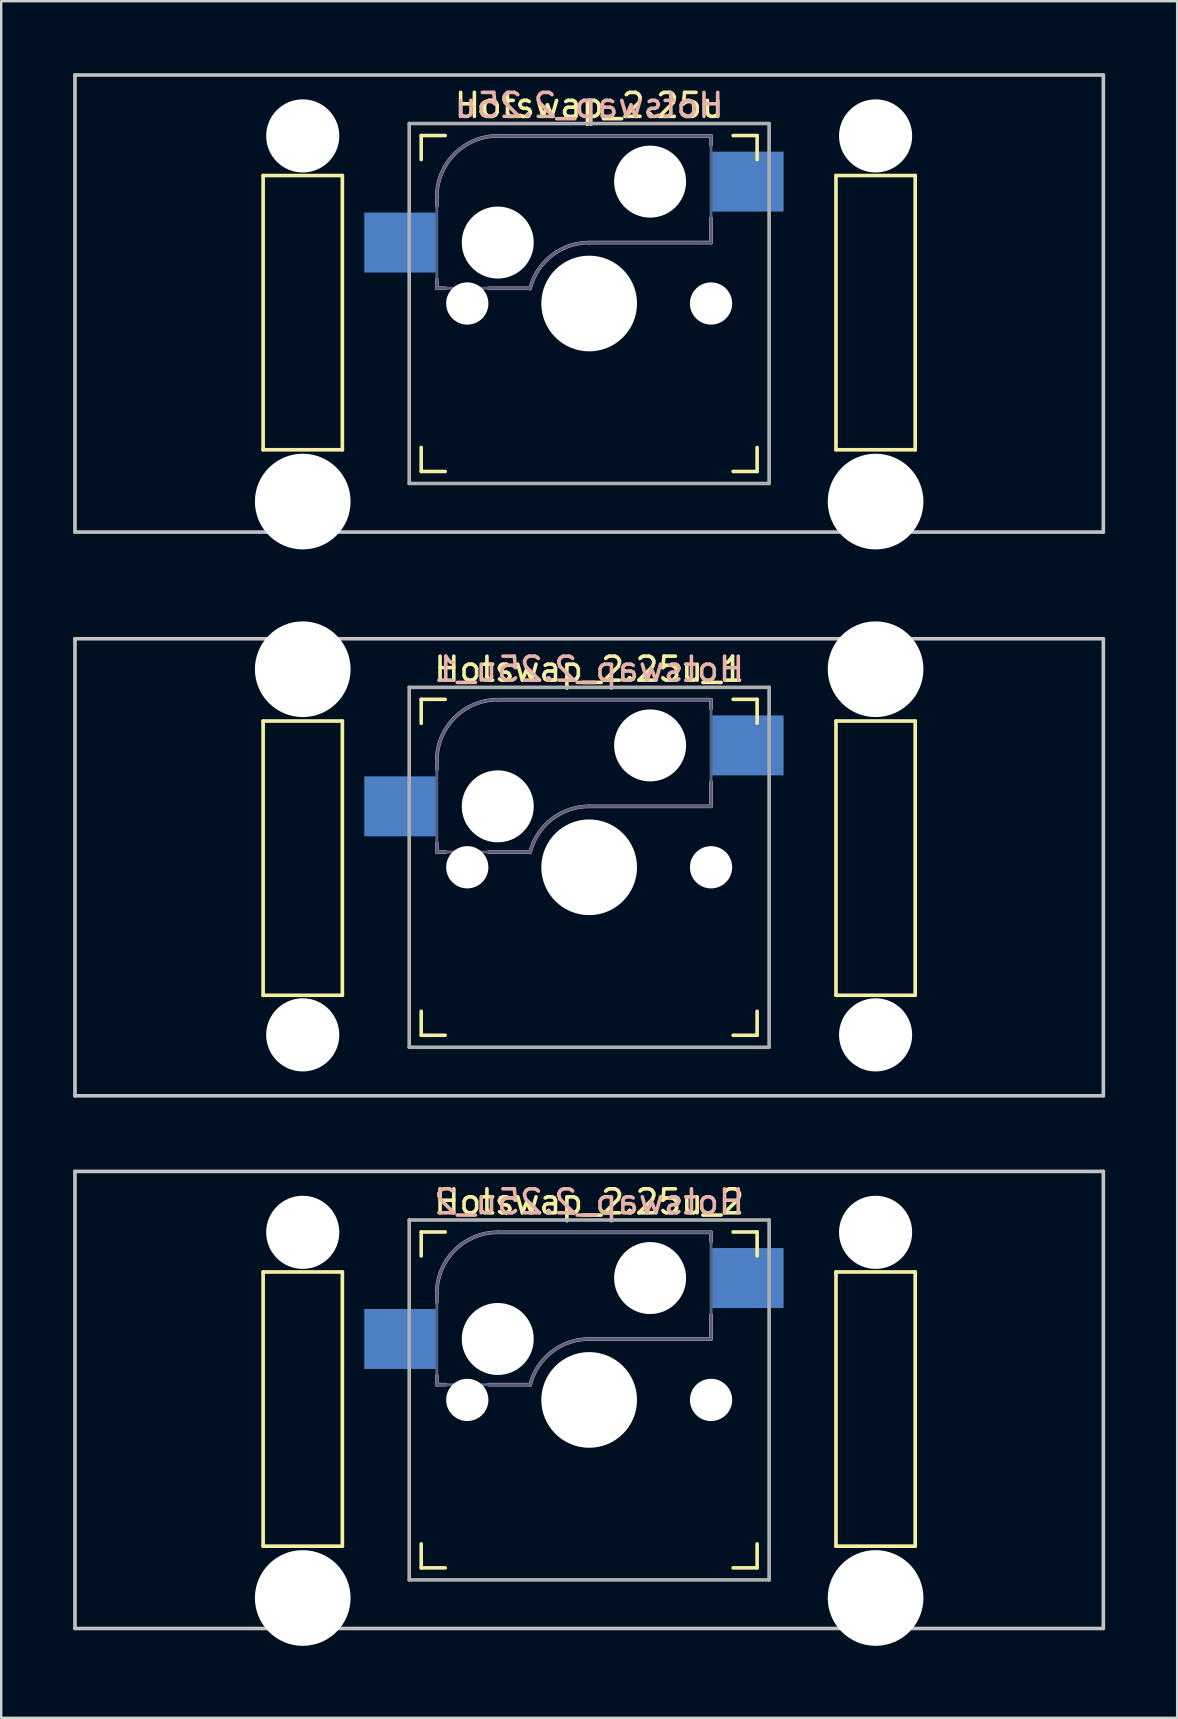
<source format=kicad_pcb>
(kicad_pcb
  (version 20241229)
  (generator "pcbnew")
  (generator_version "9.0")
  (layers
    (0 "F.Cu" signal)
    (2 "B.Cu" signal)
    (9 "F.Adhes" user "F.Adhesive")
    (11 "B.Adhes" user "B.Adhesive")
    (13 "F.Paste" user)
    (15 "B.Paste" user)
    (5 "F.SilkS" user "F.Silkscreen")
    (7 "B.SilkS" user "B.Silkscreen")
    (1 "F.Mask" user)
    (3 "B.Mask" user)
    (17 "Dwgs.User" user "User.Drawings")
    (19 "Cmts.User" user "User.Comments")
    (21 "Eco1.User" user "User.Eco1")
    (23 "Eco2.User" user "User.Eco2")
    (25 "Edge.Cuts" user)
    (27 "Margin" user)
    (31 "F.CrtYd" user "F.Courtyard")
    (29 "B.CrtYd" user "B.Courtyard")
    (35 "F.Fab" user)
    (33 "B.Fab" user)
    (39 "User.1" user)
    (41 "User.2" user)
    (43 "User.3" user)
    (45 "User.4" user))
  (footprint "Hotswap_2.25u_2"
    (layer "F.Cu")
    (at 21.506 55.298)
    (property "Reference" "Hotswap_2.25u_2" (at 0 -8.255 0) (layer "F.SilkS") (effects (font (size 1 1) (thickness 0.15))))
    (attr through_hole)
    (fp_line (start -13.589 -5.334) (end -13.589 6.096) (stroke (width 0.152) (type solid)) (layer "F.SilkS"))
    (fp_line (start -13.589 6.096) (end -10.287 6.096) (stroke (width 0.152) (type solid)) (layer "F.SilkS"))
    (fp_line (start -10.287 -5.334) (end -13.589 -5.334) (stroke (width 0.152) (type solid)) (layer "F.SilkS"))
    (fp_line (start -10.287 6.096) (end -10.287 -5.334) (stroke (width 0.152) (type solid)) (layer "F.SilkS"))
    (fp_line (start -7 -6) (end -7 -7) (stroke (width 0.15) (type solid)) (layer "F.SilkS"))
    (fp_line (start -7 7) (end -7 6) (stroke (width 0.15) (type solid)) (layer "F.SilkS"))
    (fp_line (start -7 7) (end -6 7) (stroke (width 0.15) (type solid)) (layer "F.SilkS"))
    (fp_line (start -6 -7) (end -7 -7) (stroke (width 0.15) (type solid)) (layer "F.SilkS"))
    (fp_line (start 6 7) (end 7 7) (stroke (width 0.15) (type solid)) (layer "F.SilkS"))
    (fp_line (start 7 -7) (end 6 -7) (stroke (width 0.15) (type solid)) (layer "F.SilkS"))
    (fp_line (start 7 -7) (end 7 -6) (stroke (width 0.15) (type solid)) (layer "F.SilkS"))
    (fp_line (start 7 6) (end 7 7) (stroke (width 0.15) (type solid)) (layer "F.SilkS"))
    (fp_line (start 10.287 -5.334) (end 10.287 6.096) (stroke (width 0.152) (type solid)) (layer "F.SilkS"))
    (fp_line (start 10.287 6.096) (end 13.589 6.096) (stroke (width 0.152) (type solid)) (layer "F.SilkS"))
    (fp_line (start 13.589 -5.334) (end 10.287 -5.334) (stroke (width 0.152) (type solid)) (layer "F.SilkS"))
    (fp_line (start 13.589 6.096) (end 13.589 -5.334) (stroke (width 0.152) (type solid)) (layer "F.SilkS"))
    (fp_line (start -6.35 -4.445) (end -6.35 -4.064) (stroke (width 0.15) (type solid)) (layer "B.SilkS"))
    (fp_line (start -6.35 -1.016) (end -6.35 -0.635) (stroke (width 0.15) (type solid)) (layer "B.SilkS"))
    (fp_line (start -6.35 -0.635) (end -5.969 -0.635) (stroke (width 0.15) (type solid)) (layer "B.SilkS"))
    (fp_line (start -4.191 -0.635) (end -2.54 -0.635) (stroke (width 0.15) (type solid)) (layer "B.SilkS"))
    (fp_line (start 0 -2.54) (end 5.08 -2.54) (stroke (width 0.15) (type solid)) (layer "B.SilkS"))
    (fp_line (start 5.08 -6.985) (end -3.81 -6.985) (stroke (width 0.15) (type solid)) (layer "B.SilkS"))
    (fp_line (start 5.08 -6.604) (end 5.08 -6.985) (stroke (width 0.15) (type solid)) (layer "B.SilkS"))
    (fp_line (start 5.08 -2.54) (end 5.08 -3.556) (stroke (width 0.15) (type solid)) (layer "B.SilkS"))
    (fp_arc (start -6.35 -4.445) (mid -5.606051 -6.241051) (end -3.81 -6.985) (stroke (width 0.15) (type solid)) (layer "B.SilkS"))
    (fp_arc (start -2.464162 -0.61604) (mid -1.563147 -2.002042) (end 0 -2.54) (stroke (width 0.15) (type solid)) (layer "B.SilkS"))
    (fp_line (start -21.431 -9.525) (end 21.431 -9.525) (stroke (width 0.15) (type solid)) (layer "Dwgs.User"))
    (fp_line (start -21.431 9.525) (end -21.431 -9.525) (stroke (width 0.15) (type solid)) (layer "Dwgs.User"))
    (fp_line (start -21.431 9.525) (end 21.431 9.525) (stroke (width 0.15) (type solid)) (layer "Dwgs.User"))
    (fp_line (start 21.431 -9.525) (end 21.431 9.525) (stroke (width 0.15) (type solid)) (layer "Dwgs.User"))
    (fp_line (start -6.9 6.9) (end -6.9 -6.9) (stroke (width 0.15) (type solid)) (layer "Eco2.User"))
    (fp_line (start -6.9 6.9) (end 6.9 6.9) (stroke (width 0.15) (type solid)) (layer "Eco2.User"))
    (fp_line (start 6.9 -6.9) (end -6.9 -6.9) (stroke (width 0.15) (type solid)) (layer "Eco2.User"))
    (fp_line (start 6.9 -6.9) (end 6.9 6.9) (stroke (width 0.15) (type solid)) (layer "Eco2.User"))
    (fp_line (start -6.35 -4.445) (end -6.35 -0.635) (stroke (width 0.12) (type solid)) (layer "B.Fab"))
    (fp_line (start -6.35 -0.635) (end -2.54 -0.635) (stroke (width 0.12) (type solid)) (layer "B.Fab"))
    (fp_line (start 0 -2.54) (end 5.08 -2.54) (stroke (width 0.12) (type solid)) (layer "B.Fab"))
    (fp_line (start 5.08 -6.985) (end -3.81 -6.985) (stroke (width 0.12) (type solid)) (layer "B.Fab"))
    (fp_line (start 5.08 -2.54) (end 5.08 -6.985) (stroke (width 0.12) (type solid)) (layer "B.Fab"))
    (fp_arc (start -6.35 -4.445) (mid -5.606051 -6.241051) (end -3.81 -6.985) (stroke (width 0.12) (type solid)) (layer "B.Fab"))
    (fp_arc (start -2.464162 -0.61604) (mid -1.563147 -2.002042) (end 0 -2.54) (stroke (width 0.12) (type solid)) (layer "B.Fab"))
    (fp_line (start -7.5 -7.5) (end 7.5 -7.5) (stroke (width 0.15) (type solid)) (layer "F.Fab"))
    (fp_line (start -7.5 7.5) (end -7.5 -7.5) (stroke (width 0.15) (type solid)) (layer "F.Fab"))
    (fp_line (start 7.5 -7.5) (end 7.5 7.5) (stroke (width 0.15) (type solid)) (layer "F.Fab"))
    (fp_line (start 7.5 7.5) (end -7.5 7.5) (stroke (width 0.15) (type solid)) (layer "F.Fab"))
    (fp_text user "${REFERENCE}" (at 0 -8.255 0) (layer "B.SilkS") (effects (font (size 1 1) (thickness 0.15)) (justify mirror)))
    (pad "" np_thru_hole circle (at -11.938 -6.985) (size 3.048 3.048) (drill 3.048) (layers "*.Cu" "*.Mask"))
    (pad "" np_thru_hole circle (at -11.938 8.255) (size 3.988 3.988) (drill 3.988) (layers "*.Cu" "*.Mask"))
    (pad "" np_thru_hole circle (at -5.08 0 180) (size 1.76 1.76) (drill 1.76) (layers "*.Cu" "*.Mask"))
    (pad "" np_thru_hole circle (at -3.81 -2.54 180) (size 3 3) (drill 3) (layers "*.Cu" "*.Mask"))
    (pad "" np_thru_hole circle (at 0 0 180) (size 3.988 3.988) (drill 3.988) (layers "*.Cu" "*.Mask"))
    (pad "" np_thru_hole circle (at 2.54 -5.08 180) (size 3 3) (drill 3) (layers "*.Cu" "*.Mask"))
    (pad "" np_thru_hole circle (at 5.08 0 180) (size 1.76 1.76) (drill 1.76) (layers "*.Cu" "*.Mask"))
    (pad "" np_thru_hole circle (at 11.938 -6.985) (size 3.048 3.048) (drill 3.048) (layers "*.Cu" "*.Mask"))
    (pad "" np_thru_hole circle (at 11.938 8.255) (size 3.988 3.988) (drill 3.988) (layers "*.Cu" "*.Mask"))
    (pad "1" smd rect (at -7.874 -2.54 180) (size 3 2.5) (layers "B.Cu" "B.Mask" "B.Paste"))
    (pad "2" smd rect (at 6.604 -5.08 180) (size 3 2.5) (layers "B.Cu" "B.Mask" "B.Paste")))
  (footprint "Hotswap_2.25u"
    (layer "F.Cu")
    (at 21.506 9.6)
    (property "Reference" "Hotswap_2.25u" (at 0 -8.255 0) (layer "F.SilkS") (effects (font (size 1 1) (thickness 0.15))))
    (attr through_hole)
    (fp_line (start -13.589 -5.334) (end -13.589 6.096) (stroke (width 0.152) (type solid)) (layer "F.SilkS"))
    (fp_line (start -13.589 6.096) (end -10.287 6.096) (stroke (width 0.152) (type solid)) (layer "F.SilkS"))
    (fp_line (start -10.287 -5.334) (end -13.589 -5.334) (stroke (width 0.152) (type solid)) (layer "F.SilkS"))
    (fp_line (start -10.287 6.096) (end -10.287 -5.334) (stroke (width 0.152) (type solid)) (layer "F.SilkS"))
    (fp_line (start -7 -6) (end -7 -7) (stroke (width 0.15) (type solid)) (layer "F.SilkS"))
    (fp_line (start -7 7) (end -7 6) (stroke (width 0.15) (type solid)) (layer "F.SilkS"))
    (fp_line (start -7 7) (end -6 7) (stroke (width 0.15) (type solid)) (layer "F.SilkS"))
    (fp_line (start -6 -7) (end -7 -7) (stroke (width 0.15) (type solid)) (layer "F.SilkS"))
    (fp_line (start 6 7) (end 7 7) (stroke (width 0.15) (type solid)) (layer "F.SilkS"))
    (fp_line (start 7 -7) (end 6 -7) (stroke (width 0.15) (type solid)) (layer "F.SilkS"))
    (fp_line (start 7 -7) (end 7 -6) (stroke (width 0.15) (type solid)) (layer "F.SilkS"))
    (fp_line (start 7 6) (end 7 7) (stroke (width 0.15) (type solid)) (layer "F.SilkS"))
    (fp_line (start 10.287 -5.334) (end 10.287 6.096) (stroke (width 0.152) (type solid)) (layer "F.SilkS"))
    (fp_line (start 10.287 6.096) (end 13.589 6.096) (stroke (width 0.152) (type solid)) (layer "F.SilkS"))
    (fp_line (start 13.589 -5.334) (end 10.287 -5.334) (stroke (width 0.152) (type solid)) (layer "F.SilkS"))
    (fp_line (start 13.589 6.096) (end 13.589 -5.334) (stroke (width 0.152) (type solid)) (layer "F.SilkS"))
    (fp_line (start -6.35 -4.445) (end -6.35 -4.064) (stroke (width 0.15) (type solid)) (layer "B.SilkS"))
    (fp_line (start -6.35 -1.016) (end -6.35 -0.635) (stroke (width 0.15) (type solid)) (layer "B.SilkS"))
    (fp_line (start -6.35 -0.635) (end -5.969 -0.635) (stroke (width 0.15) (type solid)) (layer "B.SilkS"))
    (fp_line (start -4.191 -0.635) (end -2.54 -0.635) (stroke (width 0.15) (type solid)) (layer "B.SilkS"))
    (fp_line (start 0 -2.54) (end 5.08 -2.54) (stroke (width 0.15) (type solid)) (layer "B.SilkS"))
    (fp_line (start 5.08 -6.985) (end -3.81 -6.985) (stroke (width 0.15) (type solid)) (layer "B.SilkS"))
    (fp_line (start 5.08 -6.604) (end 5.08 -6.985) (stroke (width 0.15) (type solid)) (layer "B.SilkS"))
    (fp_line (start 5.08 -2.54) (end 5.08 -3.556) (stroke (width 0.15) (type solid)) (layer "B.SilkS"))
    (fp_arc (start -6.35 -4.445) (mid -5.606051 -6.241051) (end -3.81 -6.985) (stroke (width 0.15) (type solid)) (layer "B.SilkS"))
    (fp_arc (start -2.464162 -0.61604) (mid -1.563147 -2.002042) (end 0 -2.54) (stroke (width 0.15) (type solid)) (layer "B.SilkS"))
    (fp_line (start -21.431 -9.525) (end 21.431 -9.525) (stroke (width 0.15) (type solid)) (layer "Dwgs.User"))
    (fp_line (start -21.431 9.525) (end -21.431 -9.525) (stroke (width 0.15) (type solid)) (layer "Dwgs.User"))
    (fp_line (start -21.431 9.525) (end 21.431 9.525) (stroke (width 0.15) (type solid)) (layer "Dwgs.User"))
    (fp_line (start 21.431 -9.525) (end 21.431 9.525) (stroke (width 0.15) (type solid)) (layer "Dwgs.User"))
    (fp_line (start -6.9 6.9) (end -6.9 -6.9) (stroke (width 0.15) (type solid)) (layer "Eco2.User"))
    (fp_line (start -6.9 6.9) (end 6.9 6.9) (stroke (width 0.15) (type solid)) (layer "Eco2.User"))
    (fp_line (start 6.9 -6.9) (end -6.9 -6.9) (stroke (width 0.15) (type solid)) (layer "Eco2.User"))
    (fp_line (start 6.9 -6.9) (end 6.9 6.9) (stroke (width 0.15) (type solid)) (layer "Eco2.User"))
    (fp_line (start -6.35 -4.445) (end -6.35 -0.635) (stroke (width 0.12) (type solid)) (layer "B.Fab"))
    (fp_line (start -6.35 -0.635) (end -2.54 -0.635) (stroke (width 0.12) (type solid)) (layer "B.Fab"))
    (fp_line (start 0 -2.54) (end 5.08 -2.54) (stroke (width 0.12) (type solid)) (layer "B.Fab"))
    (fp_line (start 5.08 -6.985) (end -3.81 -6.985) (stroke (width 0.12) (type solid)) (layer "B.Fab"))
    (fp_line (start 5.08 -2.54) (end 5.08 -6.985) (stroke (width 0.12) (type solid)) (layer "B.Fab"))
    (fp_arc (start -6.35 -4.445) (mid -5.606051 -6.241051) (end -3.81 -6.985) (stroke (width 0.12) (type solid)) (layer "B.Fab"))
    (fp_arc (start -2.464162 -0.61604) (mid -1.563147 -2.002042) (end 0 -2.54) (stroke (width 0.12) (type solid)) (layer "B.Fab"))
    (fp_line (start -7.5 -7.5) (end 7.5 -7.5) (stroke (width 0.15) (type solid)) (layer "F.Fab"))
    (fp_line (start -7.5 7.5) (end -7.5 -7.5) (stroke (width 0.15) (type solid)) (layer "F.Fab"))
    (fp_line (start 7.5 -7.5) (end 7.5 7.5) (stroke (width 0.15) (type solid)) (layer "F.Fab"))
    (fp_line (start 7.5 7.5) (end -7.5 7.5) (stroke (width 0.15) (type solid)) (layer "F.Fab"))
    (fp_text user "${REFERENCE}" (at 0 -8.255 0) (layer "B.SilkS") (effects (font (size 1 1) (thickness 0.15)) (justify mirror)))
    (pad "" np_thru_hole circle (at -11.938 -6.985) (size 3.048 3.048) (drill 3.048) (layers "*.Cu" "*.Mask"))
    (pad "" np_thru_hole circle (at -11.938 8.255) (size 3.988 3.988) (drill 3.988) (layers "*.Cu" "*.Mask"))
    (pad "" np_thru_hole circle (at -5.08 0 180) (size 1.76 1.76) (drill 1.76) (layers "*.Cu" "*.Mask"))
    (pad "" np_thru_hole circle (at -3.81 -2.54 180) (size 3 3) (drill 3) (layers "*.Cu" "*.Mask"))
    (pad "" np_thru_hole circle (at 0 0 180) (size 3.988 3.988) (drill 3.988) (layers "*.Cu" "*.Mask"))
    (pad "" np_thru_hole circle (at 2.54 -5.08 180) (size 3 3) (drill 3) (layers "*.Cu" "*.Mask"))
    (pad "" np_thru_hole circle (at 5.08 0 180) (size 1.76 1.76) (drill 1.76) (layers "*.Cu" "*.Mask"))
    (pad "" np_thru_hole circle (at 11.938 -6.985) (size 3.048 3.048) (drill 3.048) (layers "*.Cu" "*.Mask"))
    (pad "" np_thru_hole circle (at 11.938 8.255) (size 3.988 3.988) (drill 3.988) (layers "*.Cu" "*.Mask"))
    (pad "1" smd rect (at -7.874 -2.54 180) (size 3 2.5) (layers "B.Cu" "B.Mask" "B.Paste"))
    (pad "2" smd rect (at 6.604 -5.08 180) (size 3 2.5) (layers "B.Cu" "B.Mask" "B.Paste")))
  (footprint "Hotswap_2.25u_1"
    (layer "F.Cu")
    (at 21.506 33.098)
    (property "Reference" "Hotswap_2.25u_1" (at 0 -8.255 0) (layer "F.SilkS") (effects (font (size 1 1) (thickness 0.15))))
    (attr through_hole)
    (fp_line (start -13.589 -6.096) (end -13.589 5.334) (stroke (width 0.152) (type solid)) (layer "F.SilkS"))
    (fp_line (start -13.589 5.334) (end -10.287 5.334) (stroke (width 0.152) (type solid)) (layer "F.SilkS"))
    (fp_line (start -10.287 -6.096) (end -13.589 -6.096) (stroke (width 0.152) (type solid)) (layer "F.SilkS"))
    (fp_line (start -10.287 5.334) (end -10.287 -6.096) (stroke (width 0.152) (type solid)) (layer "F.SilkS"))
    (fp_line (start -7 -6) (end -7 -7) (stroke (width 0.15) (type solid)) (layer "F.SilkS"))
    (fp_line (start -7 7) (end -7 6) (stroke (width 0.15) (type solid)) (layer "F.SilkS"))
    (fp_line (start -7 7) (end -6 7) (stroke (width 0.15) (type solid)) (layer "F.SilkS"))
    (fp_line (start -6 -7) (end -7 -7) (stroke (width 0.15) (type solid)) (layer "F.SilkS"))
    (fp_line (start 6 7) (end 7 7) (stroke (width 0.15) (type solid)) (layer "F.SilkS"))
    (fp_line (start 7 -7) (end 6 -7) (stroke (width 0.15) (type solid)) (layer "F.SilkS"))
    (fp_line (start 7 -7) (end 7 -6) (stroke (width 0.15) (type solid)) (layer "F.SilkS"))
    (fp_line (start 7 6) (end 7 7) (stroke (width 0.15) (type solid)) (layer "F.SilkS"))
    (fp_line (start 10.287 -6.096) (end 10.287 5.334) (stroke (width 0.152) (type solid)) (layer "F.SilkS"))
    (fp_line (start 10.287 5.334) (end 13.589 5.334) (stroke (width 0.152) (type solid)) (layer "F.SilkS"))
    (fp_line (start 13.589 -6.096) (end 10.287 -6.096) (stroke (width 0.152) (type solid)) (layer "F.SilkS"))
    (fp_line (start 13.589 5.334) (end 13.589 -6.096) (stroke (width 0.152) (type solid)) (layer "F.SilkS"))
    (fp_line (start -6.35 -4.445) (end -6.35 -4.064) (stroke (width 0.15) (type solid)) (layer "B.SilkS"))
    (fp_line (start -6.35 -1.016) (end -6.35 -0.635) (stroke (width 0.15) (type solid)) (layer "B.SilkS"))
    (fp_line (start -6.35 -0.635) (end -5.969 -0.635) (stroke (width 0.15) (type solid)) (layer "B.SilkS"))
    (fp_line (start -4.191 -0.635) (end -2.54 -0.635) (stroke (width 0.15) (type solid)) (layer "B.SilkS"))
    (fp_line (start 0 -2.54) (end 5.08 -2.54) (stroke (width 0.15) (type solid)) (layer "B.SilkS"))
    (fp_line (start 5.08 -6.985) (end -3.81 -6.985) (stroke (width 0.15) (type solid)) (layer "B.SilkS"))
    (fp_line (start 5.08 -6.604) (end 5.08 -6.985) (stroke (width 0.15) (type solid)) (layer "B.SilkS"))
    (fp_line (start 5.08 -2.54) (end 5.08 -3.556) (stroke (width 0.15) (type solid)) (layer "B.SilkS"))
    (fp_arc (start -6.35 -4.445) (mid -5.606051 -6.241051) (end -3.81 -6.985) (stroke (width 0.15) (type solid)) (layer "B.SilkS"))
    (fp_arc (start -2.464162 -0.61604) (mid -1.563147 -2.002042) (end 0 -2.54) (stroke (width 0.15) (type solid)) (layer "B.SilkS"))
    (fp_line (start -21.431 -9.525) (end 21.431 -9.525) (stroke (width 0.15) (type solid)) (layer "Dwgs.User"))
    (fp_line (start -21.431 9.525) (end -21.431 -9.525) (stroke (width 0.15) (type solid)) (layer "Dwgs.User"))
    (fp_line (start 21.431 -9.525) (end 21.431 9.525) (stroke (width 0.15) (type solid)) (layer "Dwgs.User"))
    (fp_line (start 21.431 9.525) (end -21.431 9.525) (stroke (width 0.15) (type solid)) (layer "Dwgs.User"))
    (fp_line (start -6.9 6.9) (end -6.9 -6.9) (stroke (width 0.15) (type solid)) (layer "Eco2.User"))
    (fp_line (start -6.9 6.9) (end 6.9 6.9) (stroke (width 0.15) (type solid)) (layer "Eco2.User"))
    (fp_line (start 6.9 -6.9) (end -6.9 -6.9) (stroke (width 0.15) (type solid)) (layer "Eco2.User"))
    (fp_line (start 6.9 -6.9) (end 6.9 6.9) (stroke (width 0.15) (type solid)) (layer "Eco2.User"))
    (fp_line (start -6.35 -4.445) (end -6.35 -0.635) (stroke (width 0.12) (type solid)) (layer "B.Fab"))
    (fp_line (start -6.35 -0.635) (end -2.54 -0.635) (stroke (width 0.12) (type solid)) (layer "B.Fab"))
    (fp_line (start 0 -2.54) (end 5.08 -2.54) (stroke (width 0.12) (type solid)) (layer "B.Fab"))
    (fp_line (start 5.08 -6.985) (end -3.81 -6.985) (stroke (width 0.12) (type solid)) (layer "B.Fab"))
    (fp_line (start 5.08 -2.54) (end 5.08 -6.985) (stroke (width 0.12) (type solid)) (layer "B.Fab"))
    (fp_arc (start -6.35 -4.445) (mid -5.606051 -6.241051) (end -3.81 -6.985) (stroke (width 0.12) (type solid)) (layer "B.Fab"))
    (fp_arc (start -2.464162 -0.61604) (mid -1.563147 -2.002042) (end 0 -2.54) (stroke (width 0.12) (type solid)) (layer "B.Fab"))
    (fp_line (start -7.5 -7.5) (end 7.5 -7.5) (stroke (width 0.15) (type solid)) (layer "F.Fab"))
    (fp_line (start -7.5 7.5) (end -7.5 -7.5) (stroke (width 0.15) (type solid)) (layer "F.Fab"))
    (fp_line (start 7.5 -7.5) (end 7.5 7.5) (stroke (width 0.15) (type solid)) (layer "F.Fab"))
    (fp_line (start 7.5 7.5) (end -7.5 7.5) (stroke (width 0.15) (type solid)) (layer "F.Fab"))
    (fp_text user "${REFERENCE}" (at 0 -8.255 0) (layer "B.SilkS") (effects (font (size 1 1) (thickness 0.15)) (justify mirror)))
    (pad "" np_thru_hole circle (at -11.938 -8.255 180) (size 3.988 3.988) (drill 3.988) (layers "*.Cu" "*.Mask"))
    (pad "" np_thru_hole circle (at -11.938 6.985 180) (size 3.048 3.048) (drill 3.048) (layers "*.Cu" "*.Mask"))
    (pad "" np_thru_hole circle (at -5.08 0 180) (size 1.76 1.76) (drill 1.76) (layers "*.Cu" "*.Mask"))
    (pad "" np_thru_hole circle (at -3.81 -2.54 180) (size 3 3) (drill 3) (layers "*.Cu" "*.Mask"))
    (pad "" np_thru_hole circle (at 0 0 180) (size 3.988 3.988) (drill 3.988) (layers "*.Cu" "*.Mask"))
    (pad "" np_thru_hole circle (at 2.54 -5.08 180) (size 3 3) (drill 3) (layers "*.Cu" "*.Mask"))
    (pad "" np_thru_hole circle (at 5.08 0 180) (size 1.76 1.76) (drill 1.76) (layers "*.Cu" "*.Mask"))
    (pad "" np_thru_hole circle (at 11.938 -8.255 180) (size 3.988 3.988) (drill 3.988) (layers "*.Cu" "*.Mask"))
    (pad "" np_thru_hole circle (at 11.938 6.985 180) (size 3.048 3.048) (drill 3.048) (layers "*.Cu" "*.Mask"))
    (pad "1" smd rect (at -7.874 -2.54 180) (size 3 2.5) (layers "B.Cu" "B.Mask" "B.Paste"))
    (pad "2" smd rect (at 6.604 -5.08 180) (size 3 2.5) (layers "B.Cu" "B.Mask" "B.Paste")))
  (gr_rect
    (start -3 -3)
    (end 46.013 68.547)
    (stroke (width 0.1) (type default))
    (fill no)
    (layer "Edge.Cuts")))
</source>
